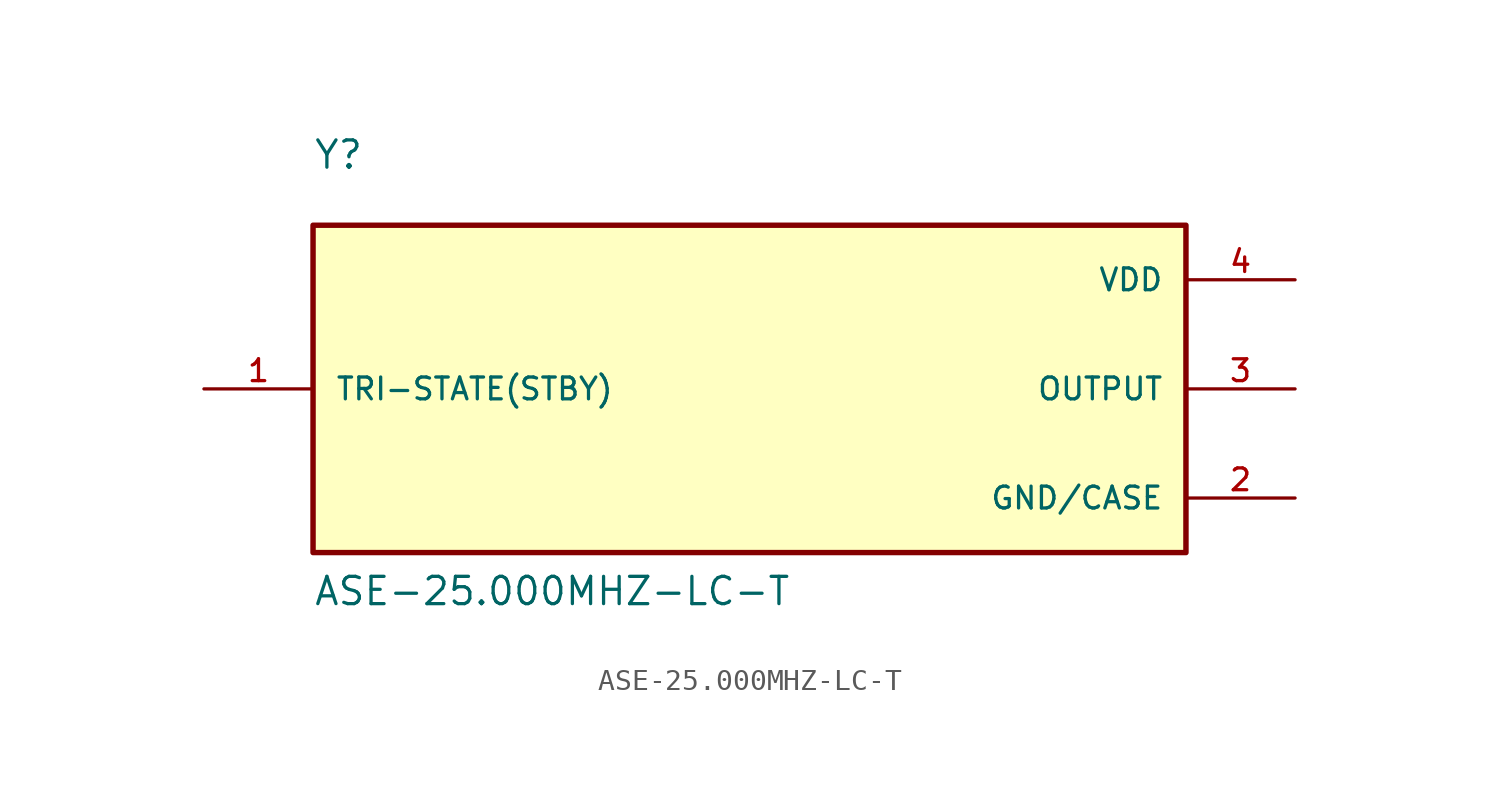
<source format=kicad_sym>
(kicad_symbol_lib
  (version 20211014)
  (generator kicad_symbol_editor)
  (symbol "ASE-25.000MHZ-LC-T"
    (pin_names
      (offset 1.016))
    (property "Reference" "Y"
      (at -20.32 10.16 0)
      (effects (font (size 1.27 1.27)) (justify bottom left)))
    (property "Value" "ASE-25.000MHZ-LC-T"
      (at -20.32 -10.16 0)
      (effects (font (size 1.27 1.27)) (justify bottom left)))
    (symbol "ASE-25.000MHZ-LC-T_0_0"
      (rectangle (start -20.32 -7.62) (end 20.32 7.62) (stroke (width 0.254)) (fill (type background)))
      (pin power_in line (at 25.4 5.08 180.0) (length 5.08) (name "VDD" (effects (font (size 1.016 1.016)))) (number "4" (effects (font (size 1.016 1.016)))))
      (pin passive line (at -25.4 0.0 0) (length 5.08) (name "TRI-STATE(STBY)" (effects (font (size 1.016 1.016)))) (number "1" (effects (font (size 1.016 1.016)))))
      (pin power_in line (at 25.4 -5.08 180.0) (length 5.08) (name "GND/CASE" (effects (font (size 1.016 1.016)))) (number "2" (effects (font (size 1.016 1.016)))))
      (pin output line (at 25.4 0.0 180.0) (length 5.08) (name "OUTPUT" (effects (font (size 1.016 1.016)))) (number "3" (effects (font (size 1.016 1.016))))))))
</source>
